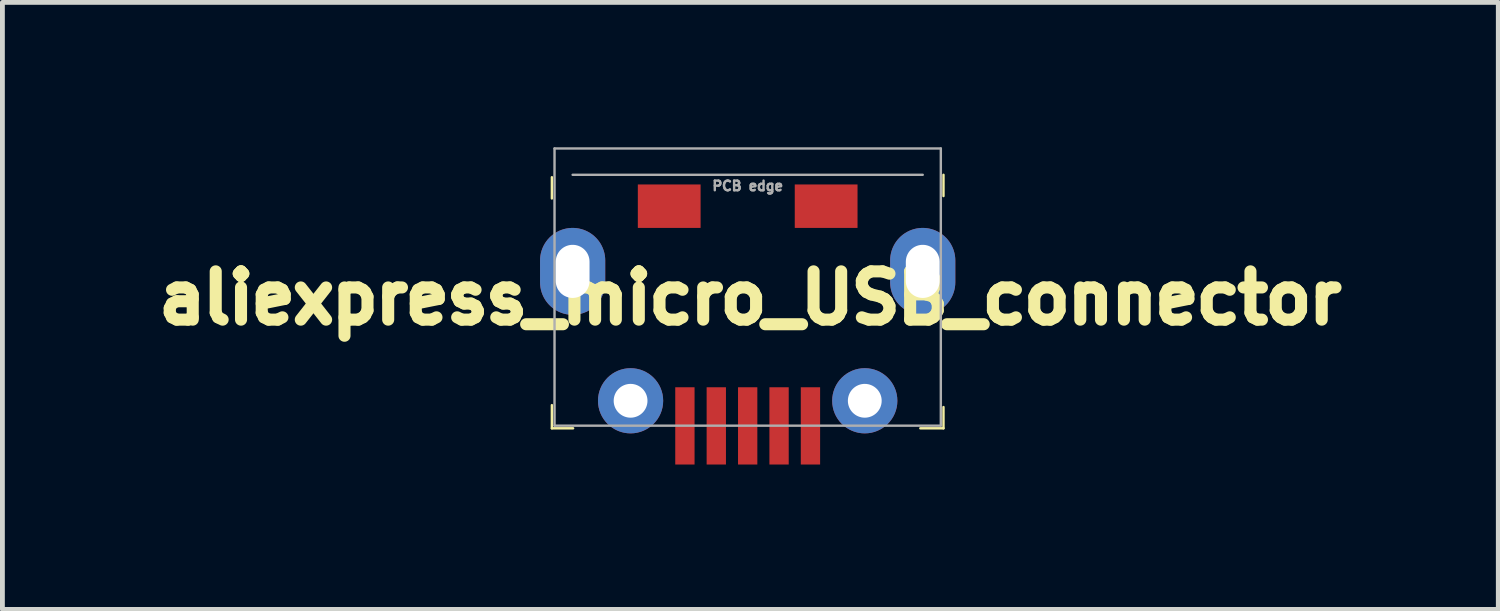
<source format=kicad_pcb>
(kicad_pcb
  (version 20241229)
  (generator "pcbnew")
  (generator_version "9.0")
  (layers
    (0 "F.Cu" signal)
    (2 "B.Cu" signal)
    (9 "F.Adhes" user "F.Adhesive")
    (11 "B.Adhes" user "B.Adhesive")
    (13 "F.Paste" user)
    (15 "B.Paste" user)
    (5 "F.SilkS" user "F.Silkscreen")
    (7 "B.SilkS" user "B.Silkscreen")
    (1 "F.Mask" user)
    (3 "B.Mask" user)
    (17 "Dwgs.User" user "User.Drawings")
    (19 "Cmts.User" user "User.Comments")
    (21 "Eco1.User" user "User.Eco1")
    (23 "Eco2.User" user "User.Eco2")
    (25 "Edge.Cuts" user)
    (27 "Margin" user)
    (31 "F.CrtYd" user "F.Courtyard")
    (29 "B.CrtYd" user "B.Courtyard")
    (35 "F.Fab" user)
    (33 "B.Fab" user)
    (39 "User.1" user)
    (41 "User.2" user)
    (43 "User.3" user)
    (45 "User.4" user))
  (footprint "aliexpress_micro_USB_connector"
    (layer "F.Cu")
    (at 12.809 2.57)
    (property "Reference" "aliexpress_micro_USB_connector" (at -0.32 0.55 0) (layer "F.SilkS") (effects (font (size 1 1) (thickness 0.25))))
    (attr through_hole)
    (fp_line (start -4.43 -1.95) (end -4.43 -1.51) (stroke (width 0.05) (type solid)) (layer "F.SilkS"))
    (fp_line (start -4.43 2.77) (end -4.43 3.25) (stroke (width 0.05) (type solid)) (layer "F.SilkS"))
    (fp_line (start -4.43 3.25) (end -3.99 3.25) (stroke (width 0.05) (type solid)) (layer "F.SilkS"))
    (fp_line (start 3.2 3.25) (end 3.68 3.25) (stroke (width 0.05) (type solid)) (layer "F.SilkS"))
    (fp_line (start 3.68 -1.56) (end 3.68 -2) (stroke (width 0.05) (type solid)) (layer "F.SilkS"))
    (fp_line (start 3.68 3.25) (end 3.68 2.81) (stroke (width 0.05) (type solid)) (layer "F.SilkS"))
    (fp_line (start -4.375 -2.545) (end 3.625 -2.545) (stroke (width 0.05) (type solid)) (layer "F.Fab"))
    (fp_line (start -4.375 3.195) (end -4.375 -2.545) (stroke (width 0.05) (type solid)) (layer "F.Fab"))
    (fp_line (start -4 -2) (end 3.25 -2) (stroke (width 0.05) (type solid)) (layer "F.Fab"))
    (fp_line (start 3.625 -2.545) (end 3.625 3.195) (stroke (width 0.05) (type solid)) (layer "F.Fab"))
    (fp_line (start 3.625 3.195) (end -4.375 3.195) (stroke (width 0.05) (type solid)) (layer "F.Fab"))
    (fp_text user "PCB edge" (at -0.375 -1.77 0) (layer "F.Fab") (effects (font (size 0.2 0.2) (thickness 0.05))))
    (pad "1" smd rect (at 0.925 3.2 180) (size 0.4 1.6) (layers "F.Cu" "F.Mask" "F.Paste"))
    (pad "2" smd rect (at 0.275 3.2 180) (size 0.4 1.6) (layers "F.Cu" "F.Mask" "F.Paste"))
    (pad "3" smd rect (at -0.375 3.2 180) (size 0.4 1.6) (layers "F.Cu" "F.Mask" "F.Paste"))
    (pad "4" smd rect (at -1.025 3.2 180) (size 0.4 1.6) (layers "F.Cu" "F.Mask" "F.Paste"))
    (pad "5" smd rect (at -1.675 3.2 180) (size 0.4 1.6) (layers "F.Cu" "F.Mask" "F.Paste"))
    (pad "6" thru_hole oval (at -4 0 180) (size 1.35 1.8) (drill oval 0.7 1.1) (layers "*.Cu" "*.Mask"))
    (pad "6" thru_hole circle (at -2.8 2.68 180) (size 1.35 1.35) (drill oval 0.7) (layers "*.Cu" "*.Mask"))
    (pad "6" smd rect (at -2 -1.35 180) (size 1.3 0.9) (layers "F.Cu" "F.Mask" "F.Paste"))
    (pad "6" smd rect (at 1.25 -1.35 180) (size 1.3 0.9) (layers "F.Cu" "F.Mask" "F.Paste"))
    (pad "6" thru_hole circle (at 2.05 2.68 180) (size 1.35 1.35) (drill oval 0.7) (layers "*.Cu" "*.Mask"))
    (pad "6" thru_hole oval (at 3.25 0 180) (size 1.35 1.8) (drill oval 0.7 1.1) (layers "*.Cu" "*.Mask")))
  (gr_rect
    (start -3 -3)
    (end 27.979 9.57)
    (stroke (width 0.1) (type default))
    (fill no)
    (layer "Edge.Cuts")))
</source>
